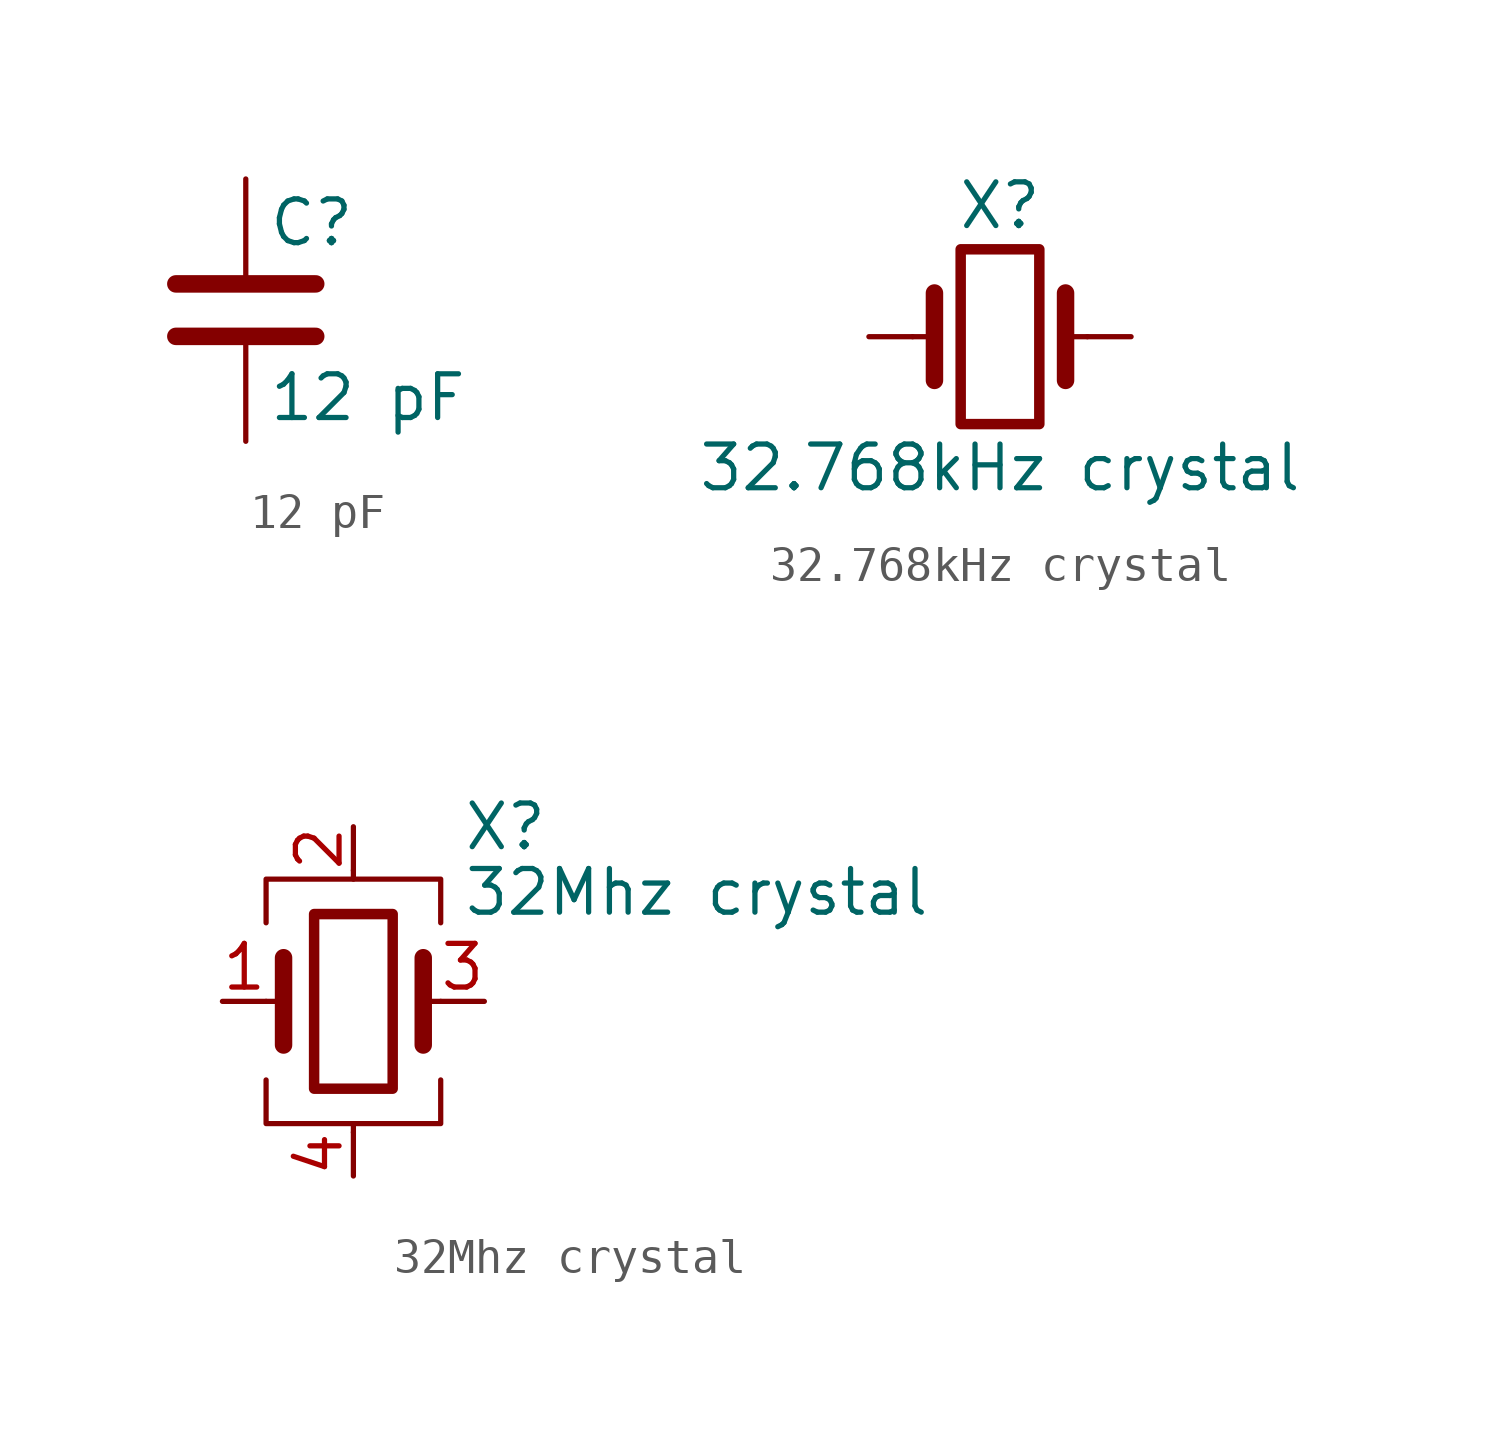
<source format=kicad_sym>
(kicad_symbol_lib
  (version 20220914)
  (generator kicad_symbol_editor)
  (symbol "12 pF"
    (pin_numbers hide)
    (pin_names
      (offset 0.254))
    (property "Reference" "C"
      (at 0.635 2.54 0)
      (effects (font (size 1.27 1.27)) (justify left)))
    (property "Value" "12 pF"
      (at 0.635 -2.54 0)
      (effects (font (size 1.27 1.27)) (justify left)))
    (symbol "12 pF_0_1"
      (polyline (pts (xy -2.032 -0.762) (xy 2.032 -0.762)) (stroke (width 0.508) (type default)) (fill (type none)))
      (polyline (pts (xy -2.032 0.762) (xy 2.032 0.762)) (stroke (width 0.508) (type default)) (fill (type none))))
    (symbol "12 pF_1_1"
      (pin passive line (at 0 3.81 270) (length 2.794) (name "~" (effects (font (size 1.27 1.27)))) (number "1" (effects (font (size 1.27 1.27)))))
      (pin passive line (at 0 -3.81 90) (length 2.794) (name "~" (effects (font (size 1.27 1.27)))) (number "2" (effects (font (size 1.27 1.27)))))))
  (symbol "32.768kHz crystal"
    (pin_numbers hide)
    (pin_names
      (offset 1.016) hide)
    (property "Reference" "X"
      (at 0 3.81 0)
      (effects (font (size 1.27 1.27))))
    (property "Value" "32.768kHz crystal"
      (at 0 -3.81 0)
      (effects (font (size 1.27 1.27))))
    (symbol "32.768kHz crystal_0_1"
      (rectangle (start -1.143 2.54) (end 1.143 -2.54) (stroke (width 0.305) (type default)) (fill (type none)))
      (polyline (pts (xy -2.54 0) (xy -1.905 0)) (stroke (width 0) (type default)) (fill (type none)))
      (polyline (pts (xy -1.905 -1.27) (xy -1.905 1.27)) (stroke (width 0.508) (type default)) (fill (type none)))
      (polyline (pts (xy 1.905 -1.27) (xy 1.905 1.27)) (stroke (width 0.508) (type default)) (fill (type none)))
      (polyline (pts (xy 2.54 0) (xy 1.905 0)) (stroke (width 0) (type default)) (fill (type none))))
    (symbol "32.768kHz crystal_1_1"
      (pin passive line (at -3.81 0 0) (length 1.27) (name "1" (effects (font (size 1.27 1.27)))) (number "1" (effects (font (size 1.27 1.27)))))
      (pin passive line (at 3.81 0 180) (length 1.27) (name "2" (effects (font (size 1.27 1.27)))) (number "2" (effects (font (size 1.27 1.27)))))))
  (symbol "32Mhz crystal"
    (pin_names
      (offset 1.016) hide)
    (property "Reference" "X"
      (at 3.175 5.08 0)
      (effects (font (size 1.27 1.27)) (justify left)))
    (property "Value" "32Mhz crystal"
      (at 3.175 3.175 0)
      (effects (font (size 1.27 1.27)) (justify left)))
    (symbol "32Mhz crystal_0_1"
      (rectangle (start -1.143 2.54) (end 1.143 -2.54) (stroke (width 0.305) (type default)) (fill (type none)))
      (polyline (pts (xy -2.54 0) (xy -2.032 0)) (stroke (width 0) (type default)) (fill (type none)))
      (polyline (pts (xy -2.032 -1.27) (xy -2.032 1.27)) (stroke (width 0.508) (type default)) (fill (type none)))
      (polyline (pts (xy 0 -3.81) (xy 0 -3.556)) (stroke (width 0) (type default)) (fill (type none)))
      (polyline (pts (xy 0 3.556) (xy 0 3.81)) (stroke (width 0) (type default)) (fill (type none)))
      (polyline (pts (xy 2.032 -1.27) (xy 2.032 1.27)) (stroke (width 0.508) (type default)) (fill (type none)))
      (polyline (pts (xy 2.032 0) (xy 2.54 0)) (stroke (width 0) (type default)) (fill (type none)))
      (polyline (pts (xy -2.54 -2.286) (xy -2.54 -3.556) (xy 2.54 -3.556) (xy 2.54 -2.286)) (stroke (width 0) (type default)) (fill (type none)))
      (polyline (pts (xy -2.54 2.286) (xy -2.54 3.556) (xy 2.54 3.556) (xy 2.54 2.286)) (stroke (width 0) (type default)) (fill (type none))))
    (symbol "32Mhz crystal_1_1"
      (pin passive line (at -3.81 0 0) (length 1.27) (name "1" (effects (font (size 1.27 1.27)))) (number "1" (effects (font (size 1.27 1.27)))))
      (pin passive line (at 0 5.08 270) (length 1.27) (name "2" (effects (font (size 1.27 1.27)))) (number "2" (effects (font (size 1.27 1.27)))))
      (pin passive line (at 3.81 0 180) (length 1.27) (name "3" (effects (font (size 1.27 1.27)))) (number "3" (effects (font (size 1.27 1.27)))))
      (pin passive line (at 0 -5.08 90) (length 1.27) (name "4" (effects (font (size 1.27 1.27)))) (number "4" (effects (font (size 1.27 1.27))))))))
</source>
